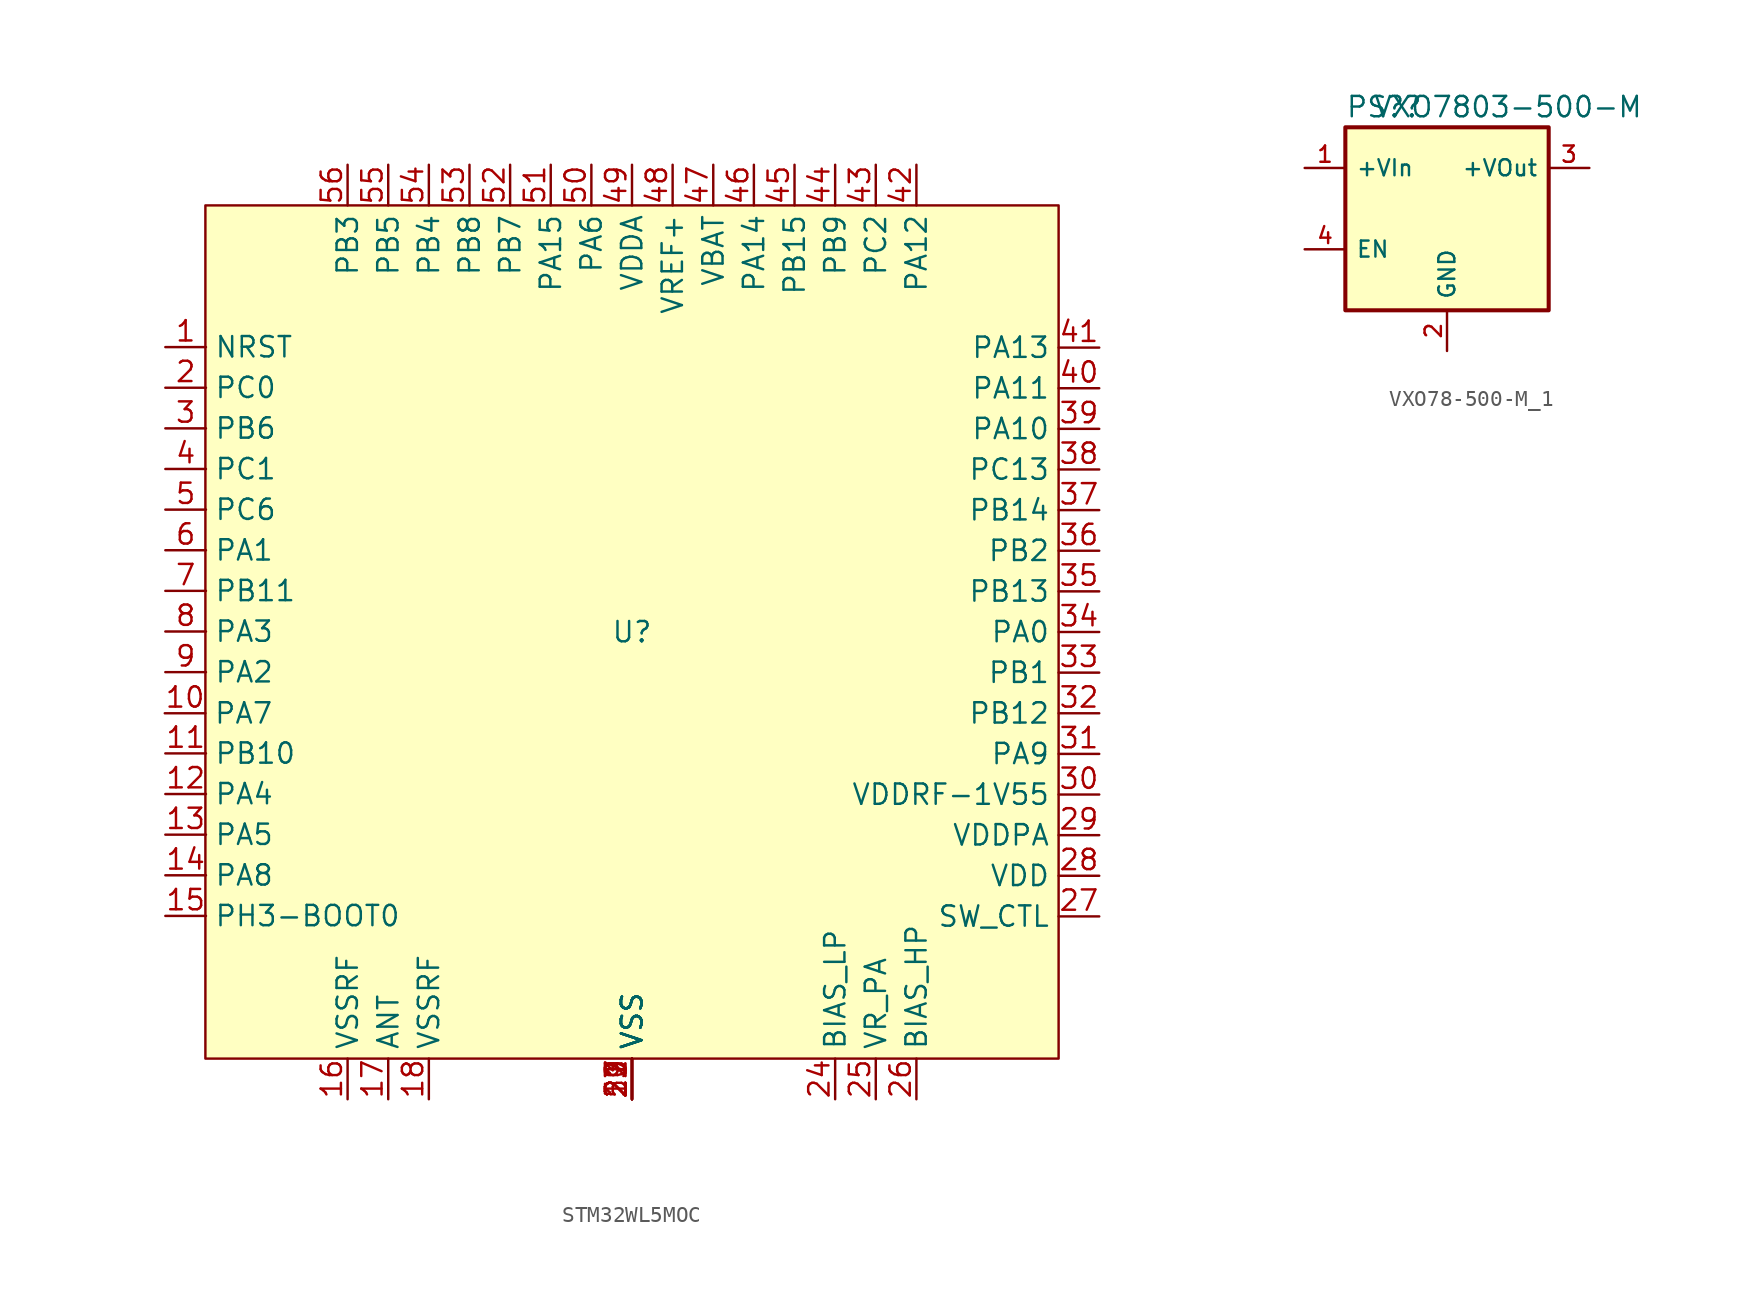
<source format=kicad_sym>
(kicad_symbol_lib
  (version 20241209)
  (generator "kicad_symbol_editor")
  (generator_version "9.0")
  (symbol "STM32WL5MOC"
    (property "Reference" "U"
      (at 0 0 0)
      (effects (font (size 1.27 1.27))))
    (property "Value" ""
      (at 0 0 0)
      (effects (font (size 1.27 1.27))))
    (symbol "STM32WL5MOC_1_1"
      (rectangle (start -26.67 26.67) (end 26.67 -26.67) (stroke (width 0) (type default)) (fill (type background)))
      (pin bidirectional line (at -29.21 -5.08 0) (length 2.54) (name "PA7" (effects (font (size 1.27 1.27)))) (number "10" (effects (font (size 1.27 1.27)))))
      (pin bidirectional line (at -29.174 17.811 0) (length 2.54) (name "NRST" (effects (font (size 1.27 1.27)))) (number "1" (effects (font (size 1.27 1.27)))))
      (pin bidirectional line (at -29.174 15.271 0) (length 2.54) (name "PC0" (effects (font (size 1.27 1.27)))) (number "2" (effects (font (size 1.27 1.27)))))
      (pin bidirectional line (at -29.174 12.731 0) (length 2.54) (name "PB6" (effects (font (size 1.27 1.27)))) (number "3" (effects (font (size 1.27 1.27)))))
      (pin bidirectional line (at -29.174 10.191 0) (length 2.54) (name "PC1" (effects (font (size 1.27 1.27)))) (number "4" (effects (font (size 1.27 1.27)))))
      (pin bidirectional line (at -29.174 7.651 0) (length 2.54) (name "PC6" (effects (font (size 1.27 1.27)))) (number "5" (effects (font (size 1.27 1.27)))))
      (pin bidirectional line (at -29.174 5.111 0) (length 2.54) (name "PA1" (effects (font (size 1.27 1.27)))) (number "6" (effects (font (size 1.27 1.27)))))
      (pin bidirectional line (at -29.174 2.571 0) (length 2.54) (name "PB11" (effects (font (size 1.27 1.27)))) (number "7" (effects (font (size 1.27 1.27)))))
      (pin bidirectional line (at -29.174 0.031 0) (length 2.54) (name "PA3" (effects (font (size 1.27 1.27)))) (number "8" (effects (font (size 1.27 1.27)))))
      (pin bidirectional line (at -29.174 -2.509 0) (length 2.54) (name "PA2" (effects (font (size 1.27 1.27)))) (number "9" (effects (font (size 1.27 1.27)))))
      (pin bidirectional line (at -29.174 -7.589 0) (length 2.54) (name "PB10" (effects (font (size 1.27 1.27)))) (number "11" (effects (font (size 1.27 1.27)))))
      (pin bidirectional line (at -29.174 -10.129 0) (length 2.54) (name "PA4" (effects (font (size 1.27 1.27)))) (number "12" (effects (font (size 1.27 1.27)))))
      (pin bidirectional line (at -29.174 -12.669 0) (length 2.54) (name "PA5" (effects (font (size 1.27 1.27)))) (number "13" (effects (font (size 1.27 1.27)))))
      (pin bidirectional line (at -29.174 -15.209 0) (length 2.54) (name "PA8" (effects (font (size 1.27 1.27)))) (number "14" (effects (font (size 1.27 1.27)))))
      (pin bidirectional line (at -29.174 -17.749 0) (length 2.54) (name "PH3-BOOT0" (effects (font (size 1.27 1.27)))) (number "15" (effects (font (size 1.27 1.27)))))
      (pin bidirectional line (at -17.78 29.21 270) (length 2.54) (name "PB3" (effects (font (size 1.27 1.27)))) (number "56" (effects (font (size 1.27 1.27)))))
      (pin bidirectional line (at -17.78 -29.21 90) (length 2.54) (name "VSSRF" (effects (font (size 1.27 1.27)))) (number "16" (effects (font (size 1.27 1.27)))))
      (pin bidirectional line (at -15.24 29.21 270) (length 2.54) (name "PB5" (effects (font (size 1.27 1.27)))) (number "55" (effects (font (size 1.27 1.27)))))
      (pin bidirectional line (at -15.24 -29.21 90) (length 2.54) (name "ANT" (effects (font (size 1.27 1.27)))) (number "17" (effects (font (size 1.27 1.27)))))
      (pin bidirectional line (at -12.7 29.21 270) (length 2.54) (name "PB4" (effects (font (size 1.27 1.27)))) (number "54" (effects (font (size 1.27 1.27)))))
      (pin bidirectional line (at -12.7 -29.21 90) (length 2.54) (name "VSSRF" (effects (font (size 1.27 1.27)))) (number "18" (effects (font (size 1.27 1.27)))))
      (pin bidirectional line (at -10.16 29.21 270) (length 2.54) (name "PB8" (effects (font (size 1.27 1.27)))) (number "53" (effects (font (size 1.27 1.27)))))
      (pin bidirectional line (at -7.62 29.21 270) (length 2.54) (name "PB7" (effects (font (size 1.27 1.27)))) (number "52" (effects (font (size 1.27 1.27)))))
      (pin bidirectional line (at -5.08 29.21 270) (length 2.54) (name "PA15" (effects (font (size 1.27 1.27)))) (number "51" (effects (font (size 1.27 1.27)))))
      (pin bidirectional line (at -2.54 29.21 270) (length 2.54) (name "PA6" (effects (font (size 1.27 1.27)))) (number "50" (effects (font (size 1.27 1.27)))))
      (pin bidirectional line (at 0 29.21 270) (length 2.54) (name "VDDA" (effects (font (size 1.27 1.27)))) (number "49" (effects (font (size 1.27 1.27)))))
      (pin bidirectional line (at 0 -29.21 90) (length 2.54) (name "VSS" (effects (font (size 1.27 1.27)))) (number "19" (effects (font (size 1.27 1.27)))))
      (pin bidirectional line (at 0 -29.21 90) (length 2.54) (name "VSS" (effects (font (size 1.27 1.27)))) (number "20" (effects (font (size 1.27 1.27)))))
      (pin bidirectional line (at 0 -29.21 90) (length 2.54) (name "VSS" (effects (font (size 1.27 1.27)))) (number "21" (effects (font (size 1.27 1.27)))))
      (pin bidirectional line (at 0 -29.21 90) (length 2.54) (name "VSS" (effects (font (size 1.27 1.27)))) (number "22" (effects (font (size 1.27 1.27)))))
      (pin bidirectional line (at 0 -29.21 90) (length 2.54) (name "VSS" (effects (font (size 1.27 1.27)))) (number "23" (effects (font (size 1.27 1.27)))))
      (pin bidirectional line (at 0 -29.21 90) (length 2.54) (name "VSS" (effects (font (size 1.27 1.27)))) (number "57" (effects (font (size 1.27 1.27)))))
      (pin bidirectional line (at 2.54 29.21 270) (length 2.54) (name "VREF+" (effects (font (size 1.27 1.27)))) (number "48" (effects (font (size 1.27 1.27)))))
      (pin bidirectional line (at 5.08 29.21 270) (length 2.54) (name "VBAT" (effects (font (size 1.27 1.27)))) (number "47" (effects (font (size 1.27 1.27)))))
      (pin bidirectional line (at 7.62 29.21 270) (length 2.54) (name "PA14" (effects (font (size 1.27 1.27)))) (number "46" (effects (font (size 1.27 1.27)))))
      (pin bidirectional line (at 10.16 29.21 270) (length 2.54) (name "PB15" (effects (font (size 1.27 1.27)))) (number "45" (effects (font (size 1.27 1.27)))))
      (pin bidirectional line (at 12.7 29.21 270) (length 2.54) (name "PB9" (effects (font (size 1.27 1.27)))) (number "44" (effects (font (size 1.27 1.27)))))
      (pin bidirectional line (at 12.7 -29.21 90) (length 2.54) (name "BIAS_LP" (effects (font (size 1.27 1.27)))) (number "24" (effects (font (size 1.27 1.27)))))
      (pin bidirectional line (at 15.24 29.21 270) (length 2.54) (name "PC2" (effects (font (size 1.27 1.27)))) (number "43" (effects (font (size 1.27 1.27)))))
      (pin bidirectional line (at 15.24 -29.21 90) (length 2.54) (name "VR_PA" (effects (font (size 1.27 1.27)))) (number "25" (effects (font (size 1.27 1.27)))))
      (pin bidirectional line (at 17.78 29.21 270) (length 2.54) (name "PA12" (effects (font (size 1.27 1.27)))) (number "42" (effects (font (size 1.27 1.27)))))
      (pin bidirectional line (at 17.78 -29.21 90) (length 2.54) (name "BIAS_HP" (effects (font (size 1.27 1.27)))) (number "26" (effects (font (size 1.27 1.27)))))
      (pin bidirectional line (at 29.21 17.78 180) (length 2.54) (name "PA13" (effects (font (size 1.27 1.27)))) (number "41" (effects (font (size 1.27 1.27)))))
      (pin bidirectional line (at 29.21 15.24 180) (length 2.54) (name "PA11" (effects (font (size 1.27 1.27)))) (number "40" (effects (font (size 1.27 1.27)))))
      (pin bidirectional line (at 29.21 12.7 180) (length 2.54) (name "PA10" (effects (font (size 1.27 1.27)))) (number "39" (effects (font (size 1.27 1.27)))))
      (pin bidirectional line (at 29.21 10.16 180) (length 2.54) (name "PC13" (effects (font (size 1.27 1.27)))) (number "38" (effects (font (size 1.27 1.27)))))
      (pin bidirectional line (at 29.21 7.62 180) (length 2.54) (name "PB14" (effects (font (size 1.27 1.27)))) (number "37" (effects (font (size 1.27 1.27)))))
      (pin bidirectional line (at 29.21 5.08 180) (length 2.54) (name "PB2" (effects (font (size 1.27 1.27)))) (number "36" (effects (font (size 1.27 1.27)))))
      (pin bidirectional line (at 29.21 2.54 180) (length 2.54) (name "PB13" (effects (font (size 1.27 1.27)))) (number "35" (effects (font (size 1.27 1.27)))))
      (pin bidirectional line (at 29.21 0 180) (length 2.54) (name "PA0" (effects (font (size 1.27 1.27)))) (number "34" (effects (font (size 1.27 1.27)))))
      (pin bidirectional line (at 29.21 -2.54 180) (length 2.54) (name "PB1" (effects (font (size 1.27 1.27)))) (number "33" (effects (font (size 1.27 1.27)))))
      (pin bidirectional line (at 29.21 -5.08 180) (length 2.54) (name "PB12" (effects (font (size 1.27 1.27)))) (number "32" (effects (font (size 1.27 1.27)))))
      (pin bidirectional line (at 29.21 -7.62 180) (length 2.54) (name "PA9" (effects (font (size 1.27 1.27)))) (number "31" (effects (font (size 1.27 1.27)))))
      (pin bidirectional line (at 29.21 -10.16 180) (length 2.54) (name "VDDRF-1V55" (effects (font (size 1.27 1.27)))) (number "30" (effects (font (size 1.27 1.27)))))
      (pin bidirectional line (at 29.21 -12.7 180) (length 2.54) (name "VDDPA" (effects (font (size 1.27 1.27)))) (number "29" (effects (font (size 1.27 1.27)))))
      (pin bidirectional line (at 29.21 -15.24 180) (length 2.54) (name "VDD" (effects (font (size 1.27 1.27)))) (number "28" (effects (font (size 1.27 1.27)))))
      (pin bidirectional line (at 29.21 -17.78 180) (length 2.54) (name "SW_CTL" (effects (font (size 1.27 1.27)))) (number "27" (effects (font (size 1.27 1.27)))))))
  (symbol "VXO78-500-M_1"
    (pin_names
      (offset 0.635))
    (property "Reference" "PS?"
      (at 0 1.27 0)
      (do_not_autoplace)
      (effects (font (size 1.27 1.27)) (justify left)))
    (property "Value" "VXO7803-500-M"
      (at 10.16 1.27 0)
      (do_not_autoplace)
      (effects (font (size 1.27 1.27))))
    (symbol "VXO78-500-M_1_0_0"
      (rectangle (start 0 0) (end 12.7 -11.43) (stroke (width 0.254) (type default)) (fill (type background)))
      (pin power_in line (at 6.35 -13.97 90) (length 2.54) (name "GND" (effects (font (size 1 1)))) (number "2" (effects (font (size 1.016 1.016))))))
    (symbol "VXO78-500-M_1_1_0"
      (pin input line (at -2.54 -2.54 0) (length 2.54) (name "+VIn" (effects (font (size 1 1)))) (number "1" (effects (font (size 1.016 1.016)))))
      (pin input line (at -2.54 -7.62 0) (length 2.54) (name "EN" (effects (font (size 1 1)))) (number "4" (effects (font (size 1.016 1.016)))))
      (pin output line (at 15.24 -2.54 180) (length 2.54) (name "+VOut" (effects (font (size 1 1)))) (number "3" (effects (font (size 1.016 1.016))))))))
</source>
